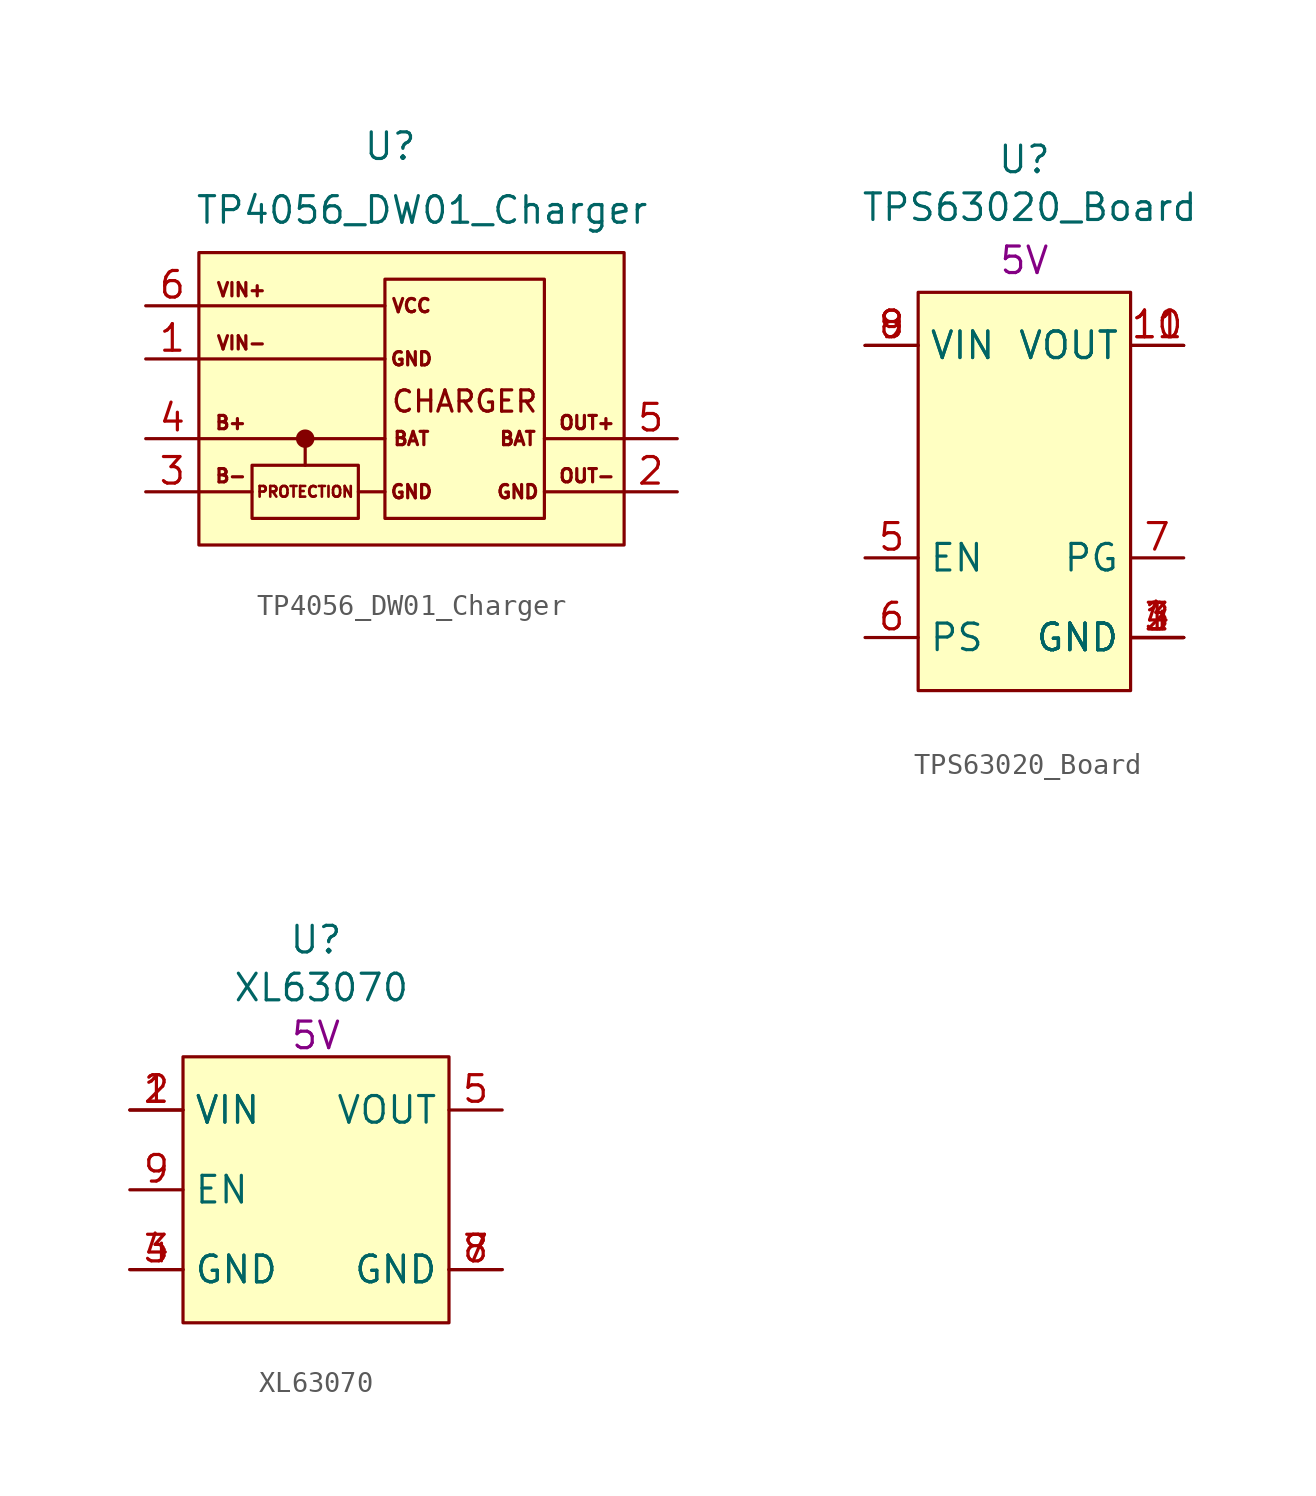
<source format=kicad_sym>
(kicad_symbol_lib
  (version 20241209)
  (generator "kicad_symbol_editor")
  (generator_version "9.0")
  (symbol "TP4056_DW01_Charger"
    (pin_names
      (hide yes))
    (property "Reference" "U"
      (at -1.016 12.7 0)
      (effects (font (size 1.27 1.27))))
    (property "Value" "TP4056_DW01_Charger"
      (at 0.508 9.652 0)
      (effects (font (size 1.27 1.27))))
    (symbol "TP4056_DW01_Charger_0_1"
      (polyline (pts (xy -10.16 5.08) (xy -1.27 5.08)) (stroke (width 0) (type default)) (fill (type none)))
      (polyline (pts (xy -10.16 2.54) (xy -1.27 2.54)) (stroke (width 0) (type default)) (fill (type none)))
      (polyline (pts (xy -10.16 -1.27) (xy -1.27 -1.27)) (stroke (width 0) (type default)) (fill (type none)))
      (polyline (pts (xy -10.16 -3.81) (xy -7.62 -3.81)) (stroke (width 0) (type default)) (fill (type none)))
      (rectangle (start -7.62 -2.54) (end -2.54 -5.08) (stroke (width 0) (type default)) (fill (type none)))
      (polyline (pts (xy -5.08 -1.27) (xy -5.08 -2.54)) (stroke (width 0) (type default)) (fill (type none)))
      (polyline (pts (xy -2.54 -3.81) (xy -1.27 -3.81)) (stroke (width 0) (type default)) (fill (type none)))
      (rectangle (start -1.27 6.35) (end 6.35 -5.08) (stroke (width 0) (type default)) (fill (type none)))
      (polyline (pts (xy 6.35 -1.27) (xy 10.16 -1.27)) (stroke (width 0) (type default)) (fill (type none)))
      (polyline (pts (xy 6.35 -3.81) (xy 10.16 -3.81)) (stroke (width 0) (type default)) (fill (type none))))
    (symbol "TP4056_DW01_Charger_1_1"
      (rectangle (start -10.16 7.62) (end 10.16 -6.35) (stroke (width 0) (type default)) (fill (type background)))
      (circle (center -5.08 -1.27) (radius 0.365) (stroke (width 0) (type solid)) (fill (type outline)))
      (text "B+" (at -8.636 -0.508 0) (effects (font (size 0.635 0.635))))
      (text "B-" (at -8.636 -3.048 0) (effects (font (size 0.635 0.635))))
      (text "VIN+" (at -8.128 5.842 0) (effects (font (size 0.635 0.635))))
      (text "VIN-" (at -8.128 3.302 0) (effects (font (size 0.635 0.635))))
      (text "PROTECTION" (at -5.08 -3.81 0) (effects (font (size 0.508 0.508))))
      (text "VCC" (at 0 5.08 0) (effects (font (size 0.635 0.635))))
      (text "GND" (at 0 2.54 0) (effects (font (size 0.635 0.635))))
      (text "BAT" (at 0 -1.27 0) (effects (font (size 0.635 0.635))))
      (text "GND" (at 0 -3.81 0) (effects (font (size 0.635 0.635))))
      (text "CHARGER" (at 2.54 0.508 0) (effects (font (size 1.016 1.016) (thickness 0.152) (bold yes))))
      (text "BAT" (at 5.08 -1.27 0) (effects (font (size 0.635 0.635))))
      (text "GND" (at 5.08 -3.81 0) (effects (font (size 0.635 0.635))))
      (text "OUT+" (at 8.382 -0.508 0) (effects (font (size 0.635 0.635))))
      (text "OUT-" (at 8.382 -3.048 0) (effects (font (size 0.635 0.635))))
      (pin power_in line (at -12.7 5.08 0) (length 2.54) (name "VIN+" (effects (font (size 1.27 1.27)))) (number "6" (effects (font (size 1.27 1.27)))))
      (pin power_in line (at -12.7 2.54 0) (length 2.54) (name "VIN-" (effects (font (size 1.27 1.27)))) (number "1" (effects (font (size 1.27 1.27)))))
      (pin power_in line (at -12.7 -1.27 0) (length 2.54) (name "VBAT+" (effects (font (size 1.27 1.27)))) (number "4" (effects (font (size 1.27 1.27)))))
      (pin power_in line (at -12.7 -3.81 0) (length 2.54) (name "VBAT-" (effects (font (size 1.27 1.27)))) (number "3" (effects (font (size 1.27 1.27)))))
      (pin power_out line (at 12.7 -1.27 180) (length 2.54) (name "VOUT+" (effects (font (size 1.27 1.27)))) (number "5" (effects (font (size 1.27 1.27)))))
      (pin power_in line (at 12.7 -3.81 180) (length 2.54) (name "VOUT-" (effects (font (size 1.27 1.27)))) (number "2" (effects (font (size 1.27 1.27)))))))
  (symbol "TPS63020_Board"
    (property "Reference" "U"
      (at 0 13.97 0)
      (effects (font (size 1.27 1.27))))
    (property "Value" "TPS63020_Board"
      (at 0.254 11.684 0)
      (effects (font (size 1.27 1.27))))
    (property "Voltage" "5V"
      (at 0 9.144 0)
      (effects (font (size 1.27 1.27))))
    (symbol "TPS63020_Board_1_1"
      (rectangle (start -5.08 7.62) (end 5.08 -11.43) (stroke (width 0) (type default)) (fill (type background)))
      (pin power_in line (at -7.62 5.08 0) (length 2.54) (name "VIN" (effects (font (size 1.27 1.27)))) (number "8" (effects (font (size 1.27 1.27)))))
      (pin power_in line (at -7.62 5.08 0) (length 2.54) (name "VIN" (effects (font (size 1.27 1.27)))) (number "9" (effects (font (size 1.27 1.27)))))
      (pin input line (at -7.62 -5.08 0) (length 2.54) (name "EN" (effects (font (size 1.27 1.27)))) (number "5" (effects (font (size 1.27 1.27)))))
      (pin input line (at -7.62 -8.89 0) (length 2.54) (name "PS" (effects (font (size 1.27 1.27)))) (number "6" (effects (font (size 1.27 1.27)))))
      (pin power_out line (at 7.62 5.08 180) (length 2.54) (name "VOUT" (effects (font (size 1.27 1.27)))) (number "10" (effects (font (size 1.27 1.27)))))
      (pin power_out line (at 7.62 5.08 180) (length 2.54) (name "VOUT" (effects (font (size 1.27 1.27)))) (number "11" (effects (font (size 1.27 1.27)))))
      (pin output line (at 7.62 -5.08 180) (length 2.54) (name "PG" (effects (font (size 1.27 1.27)))) (number "7" (effects (font (size 1.27 1.27)))))
      (pin power_in line (at 7.62 -8.89 180) (length 2.54) (name "GND" (effects (font (size 1.27 1.27)))) (number "1" (effects (font (size 1.27 1.27)))))
      (pin power_in line (at 7.62 -8.89 180) (length 2.54) (name "GND" (effects (font (size 1.27 1.27)))) (number "2" (effects (font (size 1.27 1.27)))))
      (pin power_in line (at 7.62 -8.89 180) (length 2.54) (name "GND" (effects (font (size 1.27 1.27)))) (number "3" (effects (font (size 1.27 1.27)))))
      (pin power_in line (at 7.62 -8.89 180) (length 2.54) (name "GND" (effects (font (size 1.27 1.27)))) (number "4" (effects (font (size 1.27 1.27)))))))
  (symbol "XL63070"
    (property "Reference" "U"
      (at 0 11.938 0)
      (effects (font (size 1.27 1.27))))
    (property "Value" "XL63070"
      (at 0.254 9.652 0)
      (effects (font (size 1.27 1.27))))
    (property "Voltage" "5V"
      (at 0 7.366 0)
      (effects (font (size 1.27 1.27))))
    (symbol "XL63070_1_1"
      (rectangle (start -6.35 6.35) (end 6.35 -6.35) (stroke (width 0) (type default)) (fill (type background)))
      (pin power_in line (at -8.89 3.81 0) (length 2.54) (name "VIN" (effects (font (size 1.27 1.27)))) (number "1" (effects (font (size 1.27 1.27)))))
      (pin power_in line (at -8.89 3.81 0) (length 2.54) (name "VIN" (effects (font (size 1.27 1.27)))) (number "2" (effects (font (size 1.27 1.27)))))
      (pin input line (at -8.89 0 0) (length 2.54) (name "EN" (effects (font (size 1.27 1.27)))) (number "9" (effects (font (size 1.27 1.27)))))
      (pin power_in line (at -8.89 -3.81 0) (length 2.54) (name "GND" (effects (font (size 1.27 1.27)))) (number "3" (effects (font (size 1.27 1.27)))))
      (pin power_in line (at -8.89 -3.81 0) (length 2.54) (name "GND" (effects (font (size 1.27 1.27)))) (number "4" (effects (font (size 1.27 1.27)))))
      (pin power_out line (at 8.89 3.81 180) (length 2.54) (name "VOUT" (effects (font (size 1.27 1.27)))) (number "5" (effects (font (size 1.27 1.27)))))
      (pin power_in line (at 8.89 -3.81 180) (length 2.54) (name "GND" (effects (font (size 1.27 1.27)))) (number "7" (effects (font (size 1.27 1.27)))))
      (pin power_in line (at 8.89 -3.81 180) (length 2.54) (name "GND" (effects (font (size 1.27 1.27)))) (number "8" (effects (font (size 1.27 1.27))))))))
</source>
